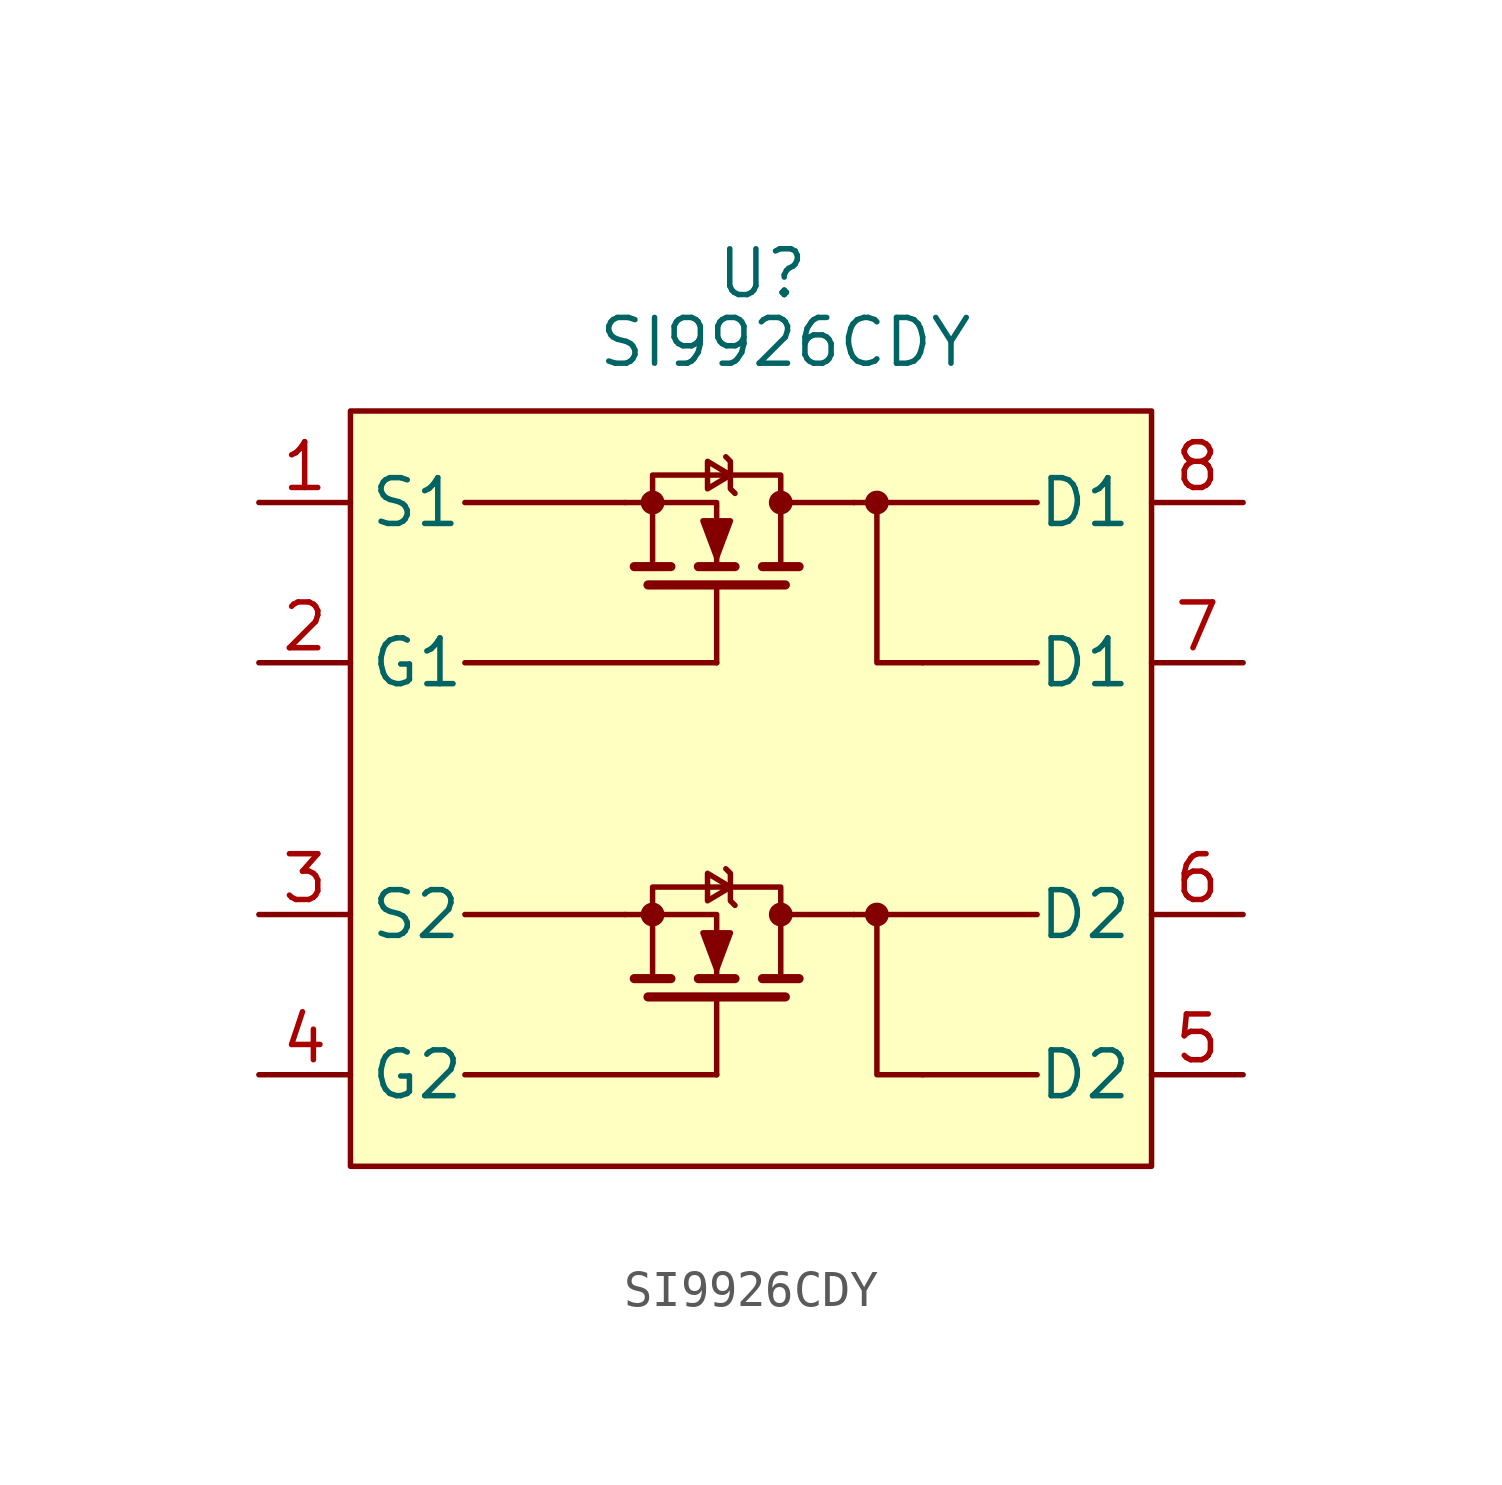
<source format=kicad_sym>
(kicad_symbol_lib
  (version 20220914)
  (generator kicad_symbol_editor)
  (symbol "SI9926CDY"
    (property "Reference" "U"
      (at 0 13.97 0)
      (effects (font (size 1.27 1.27))))
    (property "Value" "SI9926CDY"
      (at 0.635 12.065 0)
      (effects (font (size 1.27 1.27))))
    (symbol "SI9926CDY_0_1"
      (circle (center -3.048 -3.81) (radius 0.254) (stroke (width 0) (type default)) (fill (type outline)))
      (circle (center -3.048 7.62) (radius 0.254) (stroke (width 0) (type default)) (fill (type outline)))
      (polyline (pts (xy -8.255 -8.255) (xy -1.27 -8.255)) (stroke (width 0) (type default)) (fill (type none)))
      (polyline (pts (xy -8.255 -3.81) (xy -3.81 -3.81)) (stroke (width 0) (type default)) (fill (type none)))
      (polyline (pts (xy -8.255 3.175) (xy -1.27 3.175)) (stroke (width 0) (type default)) (fill (type none)))
      (polyline (pts (xy -8.255 7.62) (xy -3.81 7.62)) (stroke (width 0) (type default)) (fill (type none)))
      (polyline (pts (xy -2.54 -5.588) (xy -3.556 -5.588)) (stroke (width 0.254) (type default)) (fill (type none)))
      (polyline (pts (xy -2.54 5.842) (xy -3.556 5.842)) (stroke (width 0.254) (type default)) (fill (type none)))
      (polyline (pts (xy -1.27 -6.096) (xy -1.27 -8.255)) (stroke (width 0) (type default)) (fill (type none)))
      (polyline (pts (xy -1.27 5.334) (xy -1.27 3.175)) (stroke (width 0) (type default)) (fill (type none)))
      (polyline (pts (xy -0.762 -5.588) (xy -1.778 -5.588)) (stroke (width 0.254) (type default)) (fill (type none)))
      (polyline (pts (xy -0.762 5.842) (xy -1.778 5.842)) (stroke (width 0.254) (type default)) (fill (type none)))
      (polyline (pts (xy 0.635 -6.096) (xy -3.175 -6.096)) (stroke (width 0.254) (type default)) (fill (type none)))
      (polyline (pts (xy 0.635 5.334) (xy -3.175 5.334)) (stroke (width 0.254) (type default)) (fill (type none)))
      (polyline (pts (xy 1.016 -5.588) (xy 0 -5.588)) (stroke (width 0.254) (type default)) (fill (type none)))
      (polyline (pts (xy 1.016 5.842) (xy 0 5.842)) (stroke (width 0.254) (type default)) (fill (type none)))
      (polyline (pts (xy 2.54 -3.81) (xy 0.508 -3.81)) (stroke (width 0) (type default)) (fill (type none)))
      (polyline (pts (xy 2.54 7.62) (xy 0.508 7.62)) (stroke (width 0) (type default)) (fill (type none)))
      (polyline (pts (xy 7.62 -8.255) (xy 4.445 -8.255)) (stroke (width 0) (type default)) (fill (type none)))
      (polyline (pts (xy 7.62 -3.81) (xy 2.54 -3.81)) (stroke (width 0) (type default)) (fill (type none)))
      (polyline (pts (xy 7.62 3.175) (xy 4.445 3.175)) (stroke (width 0) (type default)) (fill (type none)))
      (polyline (pts (xy 7.62 7.62) (xy 2.54 7.62)) (stroke (width 0) (type default)) (fill (type none)))
      (polyline (pts (xy -3.81 -3.81) (xy -1.27 -3.81) (xy -1.27 -5.588)) (stroke (width 0) (type default)) (fill (type none)))
      (polyline (pts (xy -3.81 7.62) (xy -1.27 7.62) (xy -1.27 5.842)) (stroke (width 0) (type default)) (fill (type none)))
      (polyline (pts (xy 4.445 -8.255) (xy 3.175 -8.255) (xy 3.175 -3.81)) (stroke (width 0) (type default)) (fill (type none)))
      (polyline (pts (xy 4.445 3.175) (xy 3.175 3.175) (xy 3.175 7.62)) (stroke (width 0) (type default)) (fill (type none)))
      (polyline (pts (xy -3.048 -5.588) (xy -3.048 -3.048) (xy 0.508 -3.048) (xy 0.508 -5.588)) (stroke (width 0) (type default)) (fill (type none)))
      (polyline (pts (xy -3.048 5.842) (xy -3.048 8.382) (xy 0.508 8.382) (xy 0.508 5.842)) (stroke (width 0) (type default)) (fill (type none)))
      (polyline (pts (xy -1.27 -5.334) (xy -0.889 -4.318) (xy -1.651 -4.318) (xy -1.27 -5.334)) (stroke (width 0) (type default)) (fill (type outline)))
      (polyline (pts (xy -1.27 6.096) (xy -0.889 7.112) (xy -1.651 7.112) (xy -1.27 6.096)) (stroke (width 0) (type default)) (fill (type outline)))
      (polyline (pts (xy -0.889 -3.048) (xy -1.524 -3.429) (xy -1.524 -2.667) (xy -0.889 -3.048)) (stroke (width 0) (type default)) (fill (type none)))
      (polyline (pts (xy -0.889 8.382) (xy -1.524 8.001) (xy -1.524 8.763) (xy -0.889 8.382)) (stroke (width 0) (type default)) (fill (type none)))
      (polyline (pts (xy -0.762 -3.556) (xy -0.889 -3.429) (xy -0.889 -2.667) (xy -1.016 -2.54)) (stroke (width 0) (type default)) (fill (type none)))
      (polyline (pts (xy -0.762 7.874) (xy -0.889 8.001) (xy -0.889 8.763) (xy -1.016 8.89)) (stroke (width 0) (type default)) (fill (type none)))
      (circle (center 0.508 -3.81) (radius 0.254) (stroke (width 0) (type default)) (fill (type outline)))
      (circle (center 0.508 7.62) (radius 0.254) (stroke (width 0) (type default)) (fill (type outline)))
      (circle (center 3.175 -3.81) (radius 0.254) (stroke (width 0) (type default)) (fill (type outline)))
      (circle (center 3.175 7.62) (radius 0.254) (stroke (width 0) (type default)) (fill (type outline))))
    (symbol "SI9926CDY_1_1"
      (rectangle (start -11.43 10.16) (end 10.795 -10.795) (stroke (width 0) (type default)) (fill (type background)))
      (pin output line (at -13.97 7.62 0) (length 2.54) (name "S1" (effects (font (size 1.27 1.27)))) (number "1" (effects (font (size 1.27 1.27)))))
      (pin input line (at -13.97 3.175 0) (length 2.54) (name "G1" (effects (font (size 1.27 1.27)))) (number "2" (effects (font (size 1.27 1.27)))))
      (pin output line (at -13.97 -3.81 0) (length 2.54) (name "S2" (effects (font (size 1.27 1.27)))) (number "3" (effects (font (size 1.27 1.27)))))
      (pin input line (at -13.97 -8.255 0) (length 2.54) (name "G2" (effects (font (size 1.27 1.27)))) (number "4" (effects (font (size 1.27 1.27)))))
      (pin input line (at 13.335 -8.255 180) (length 2.54) (name "D2" (effects (font (size 1.27 1.27)))) (number "5" (effects (font (size 1.27 1.27)))))
      (pin input line (at 13.335 -3.81 180) (length 2.54) (name "D2" (effects (font (size 1.27 1.27)))) (number "6" (effects (font (size 1.27 1.27)))))
      (pin input line (at 13.335 3.175 180) (length 2.54) (name "D1" (effects (font (size 1.27 1.27)))) (number "7" (effects (font (size 1.27 1.27)))))
      (pin input line (at 13.335 7.62 180) (length 2.54) (name "D1" (effects (font (size 1.27 1.27)))) (number "8" (effects (font (size 1.27 1.27))))))))
</source>
